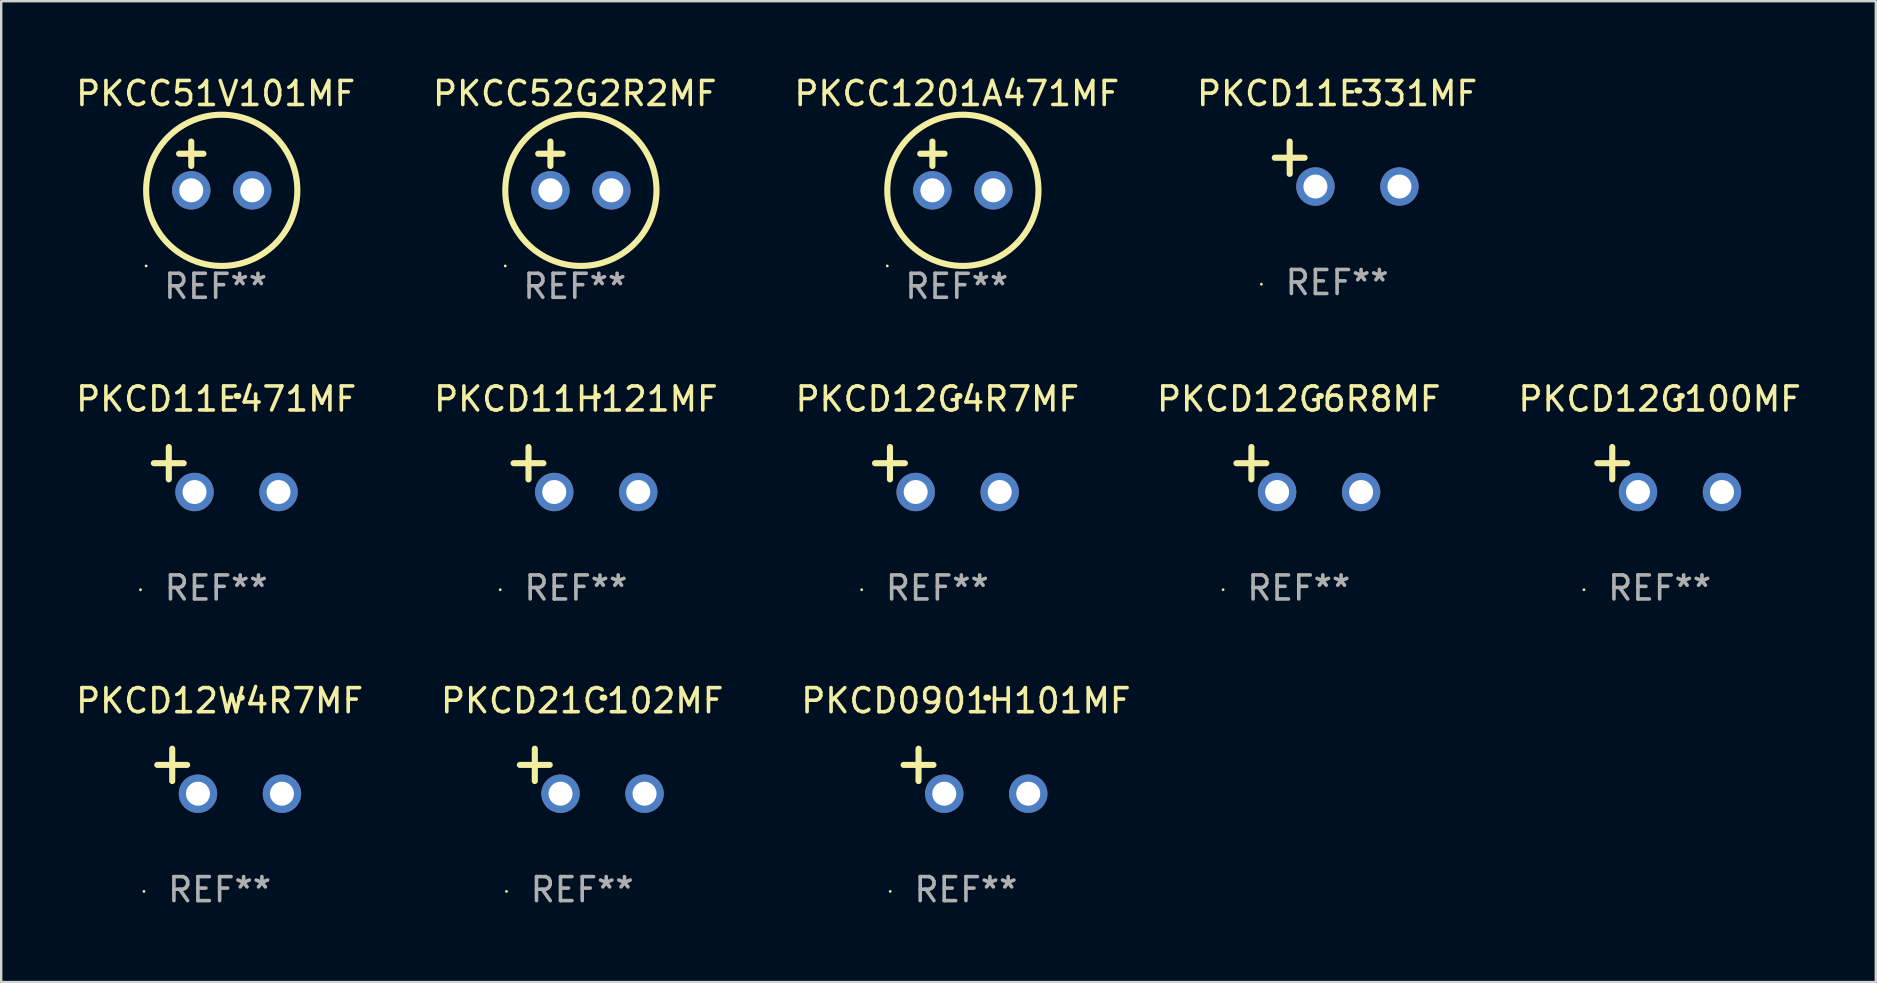
<source format=kicad_pcb>
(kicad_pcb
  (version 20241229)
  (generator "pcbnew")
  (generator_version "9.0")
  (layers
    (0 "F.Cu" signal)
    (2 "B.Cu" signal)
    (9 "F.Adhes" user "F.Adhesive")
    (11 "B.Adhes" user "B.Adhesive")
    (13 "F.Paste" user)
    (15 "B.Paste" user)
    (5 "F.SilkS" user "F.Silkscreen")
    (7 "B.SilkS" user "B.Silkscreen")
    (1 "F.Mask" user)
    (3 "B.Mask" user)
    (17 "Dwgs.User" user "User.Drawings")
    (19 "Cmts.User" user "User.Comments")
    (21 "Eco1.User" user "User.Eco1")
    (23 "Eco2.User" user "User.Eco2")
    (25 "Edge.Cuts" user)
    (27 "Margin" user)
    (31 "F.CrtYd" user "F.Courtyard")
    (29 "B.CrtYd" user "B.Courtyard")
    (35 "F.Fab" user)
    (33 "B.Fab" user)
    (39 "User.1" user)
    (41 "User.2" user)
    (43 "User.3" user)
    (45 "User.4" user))
  (footprint "PKCD21C102MF"
    (layer "F.Cu")
    (at 21.208 29.083)
    (property "Reference" "PKCD21C102MF" (at 0 -2.937 0) (layer "F.SilkS") (effects (font (size 1 1) (thickness 0.15))))
    (attr through_hole)
    (fp_line (start -1.975 0.41) (end -1.975 -0.937) (stroke (width 0.254) (type solid)) (layer "F.SilkS"))
    (fp_line (start -1.353 -0.263) (end -2.597 -0.263) (stroke (width 0.254) (type solid)) (layer "F.SilkS"))
    (fp_arc (start 0.849809 -3.063957) (mid 0.885369 -3.064114) (end 0.920929 -3.063957) (stroke (width 0.254001) (type solid)) (layer "F.SilkS"))
    (fp_circle (center -3.154 5.008) (end -3.124 5.008) (stroke (width 0.06) (type solid)) (fill no) (layer "F.SilkS"))
    (fp_text user "REF**" (at 0 4.937 0) (layer "F.Fab") (effects (font (size 1 1) (thickness 0.15))))
    (pad "1" thru_hole circle (at -0.903 0.937) (size 1.6 1.6) (drill 1) (layers "*.Cu" "*.Mask"))
    (pad "2" thru_hole circle (at 2.597 0.937) (size 1.6 1.6) (drill 1) (layers "*.Cu" "*.Mask")))
  (footprint "PKCD0901H101MF"
    (layer "F.Cu")
    (at 37.196 29.083)
    (property "Reference" "PKCD0901H101MF" (at 0 -2.937 0) (layer "F.SilkS") (effects (font (size 1 1) (thickness 0.15))))
    (attr through_hole)
    (fp_line (start -1.975 0.41) (end -1.975 -0.937) (stroke (width 0.254) (type solid)) (layer "F.SilkS"))
    (fp_line (start -1.353 -0.263) (end -2.597 -0.263) (stroke (width 0.254) (type solid)) (layer "F.SilkS"))
    (fp_arc (start 0.849809 -3.063957) (mid 0.885369 -3.064114) (end 0.920929 -3.063957) (stroke (width 0.254001) (type solid)) (layer "F.SilkS"))
    (fp_circle (center -3.154 5.008) (end -3.124 5.008) (stroke (width 0.06) (type solid)) (fill no) (layer "F.SilkS"))
    (fp_text user "REF**" (at 0 4.937 0) (layer "F.Fab") (effects (font (size 1 1) (thickness 0.15))))
    (pad "1" thru_hole circle (at -0.903 0.937) (size 1.6 1.6) (drill 1) (layers "*.Cu" "*.Mask"))
    (pad "2" thru_hole circle (at 2.597 0.937) (size 1.6 1.6) (drill 1) (layers "*.Cu" "*.Mask")))
  (footprint "PKCC52G2R2MF"
    (layer "F.Cu")
    (at 20.899 3.864)
    (property "Reference" "PKCC52G2R2MF" (at 0 -3.016 0) (layer "F.SilkS") (effects (font (size 1 1) (thickness 0.15))))
    (attr through_hole)
    (fp_line (start -1.524 -0.508) (end -0.508 -0.508) (stroke (width 0.254) (type solid)) (layer "F.SilkS"))
    (fp_line (start -1.016 -1.016) (end -1.016 0) (stroke (width 0.254) (type solid)) (layer "F.SilkS"))
    (fp_circle (center -2.896 4.166) (end -2.866 4.166) (stroke (width 0.06) (type solid)) (fill no) (layer "F.SilkS"))
    (fp_circle (center 0.254 1.016) (end 3.404 1.016) (stroke (width 0.254) (type solid)) (fill no) (layer "F.SilkS"))
    (fp_text user "REF**" (at 0 5.016 0) (layer "F.Fab") (effects (font (size 1 1) (thickness 0.15))))
    (pad "1" thru_hole circle (at -1.016 1.016) (size 1.6 1.6) (drill 1) (layers "*.Cu" "*.Mask"))
    (pad "2" thru_hole circle (at 1.524 1.016) (size 1.6 1.6) (drill 1) (layers "*.Cu" "*.Mask")))
  (footprint "PKCD12G100MF"
    (layer "F.Cu")
    (at 66.101 16.513)
    (property "Reference" "PKCD12G100MF" (at 0 -2.937 0) (layer "F.SilkS") (effects (font (size 1 1) (thickness 0.15))))
    (attr through_hole)
    (fp_line (start -1.975 0.41) (end -1.975 -0.937) (stroke (width 0.254) (type solid)) (layer "F.SilkS"))
    (fp_line (start -1.353 -0.263) (end -2.597 -0.263) (stroke (width 0.254) (type solid)) (layer "F.SilkS"))
    (fp_arc (start 0.849809 -3.063957) (mid 0.885369 -3.064114) (end 0.920929 -3.063957) (stroke (width 0.254001) (type solid)) (layer "F.SilkS"))
    (fp_circle (center -3.154 5.008) (end -3.124 5.008) (stroke (width 0.06) (type solid)) (fill no) (layer "F.SilkS"))
    (fp_text user "REF**" (at 0 4.937 0) (layer "F.Fab") (effects (font (size 1 1) (thickness 0.15))))
    (pad "1" thru_hole circle (at -0.903 0.937) (size 1.6 1.6) (drill 1) (layers "*.Cu" "*.Mask"))
    (pad "2" thru_hole circle (at 2.597 0.937) (size 1.6 1.6) (drill 1) (layers "*.Cu" "*.Mask")))
  (footprint "PKCD11E471MF"
    (layer "F.Cu")
    (at 5.958 16.513)
    (property "Reference" "PKCD11E471MF" (at 0 -2.937 0) (layer "F.SilkS") (effects (font (size 1 1) (thickness 0.15))))
    (attr through_hole)
    (fp_line (start -1.975 0.41) (end -1.975 -0.937) (stroke (width 0.254) (type solid)) (layer "F.SilkS"))
    (fp_line (start -1.353 -0.263) (end -2.597 -0.263) (stroke (width 0.254) (type solid)) (layer "F.SilkS"))
    (fp_arc (start 0.849809 -3.063957) (mid 0.885369 -3.064114) (end 0.920929 -3.063957) (stroke (width 0.254001) (type solid)) (layer "F.SilkS"))
    (fp_circle (center -3.154 5.008) (end -3.124 5.008) (stroke (width 0.06) (type solid)) (fill no) (layer "F.SilkS"))
    (fp_text user "REF**" (at 0 4.937 0) (layer "F.Fab") (effects (font (size 1 1) (thickness 0.15))))
    (pad "1" thru_hole circle (at -0.903 0.937) (size 1.6 1.6) (drill 1) (layers "*.Cu" "*.Mask"))
    (pad "2" thru_hole circle (at 2.597 0.937) (size 1.6 1.6) (drill 1) (layers "*.Cu" "*.Mask")))
  (footprint "PKCC51V101MF"
    (layer "F.Cu")
    (at 5.935 3.864)
    (property "Reference" "PKCC51V101MF" (at 0 -3.016 0) (layer "F.SilkS") (effects (font (size 1 1) (thickness 0.15))))
    (attr through_hole)
    (fp_line (start -1.524 -0.508) (end -0.508 -0.508) (stroke (width 0.254) (type solid)) (layer "F.SilkS"))
    (fp_line (start -1.016 -1.016) (end -1.016 0) (stroke (width 0.254) (type solid)) (layer "F.SilkS"))
    (fp_circle (center -2.896 4.166) (end -2.866 4.166) (stroke (width 0.06) (type solid)) (fill no) (layer "F.SilkS"))
    (fp_circle (center 0.254 1.016) (end 3.404 1.016) (stroke (width 0.254) (type solid)) (fill no) (layer "F.SilkS"))
    (fp_text user "REF**" (at 0 5.016 0) (layer "F.Fab") (effects (font (size 1 1) (thickness 0.15))))
    (pad "1" thru_hole circle (at -1.016 1.016) (size 1.6 1.6) (drill 1) (layers "*.Cu" "*.Mask"))
    (pad "2" thru_hole circle (at 1.524 1.016) (size 1.6 1.6) (drill 1) (layers "*.Cu" "*.Mask")))
  (footprint "PKCD12G4R7MF"
    (layer "F.Cu")
    (at 36.006 16.513)
    (property "Reference" "PKCD12G4R7MF" (at 0 -2.937 0) (layer "F.SilkS") (effects (font (size 1 1) (thickness 0.15))))
    (attr through_hole)
    (fp_line (start -1.975 0.41) (end -1.975 -0.937) (stroke (width 0.254) (type solid)) (layer "F.SilkS"))
    (fp_line (start -1.353 -0.263) (end -2.597 -0.263) (stroke (width 0.254) (type solid)) (layer "F.SilkS"))
    (fp_arc (start 0.849809 -3.063957) (mid 0.885369 -3.064114) (end 0.920929 -3.063957) (stroke (width 0.254001) (type solid)) (layer "F.SilkS"))
    (fp_circle (center -3.154 5.008) (end -3.124 5.008) (stroke (width 0.06) (type solid)) (fill no) (layer "F.SilkS"))
    (fp_text user "REF**" (at 0 4.937 0) (layer "F.Fab") (effects (font (size 1 1) (thickness 0.15))))
    (pad "1" thru_hole circle (at -0.903 0.937) (size 1.6 1.6) (drill 1) (layers "*.Cu" "*.Mask"))
    (pad "2" thru_hole circle (at 2.597 0.937) (size 1.6 1.6) (drill 1) (layers "*.Cu" "*.Mask")))
  (footprint "PKCD11H121MF"
    (layer "F.Cu")
    (at 20.946 16.513)
    (property "Reference" "PKCD11H121MF" (at 0 -2.937 0) (layer "F.SilkS") (effects (font (size 1 1) (thickness 0.15))))
    (attr through_hole)
    (fp_line (start -1.975 0.41) (end -1.975 -0.937) (stroke (width 0.254) (type solid)) (layer "F.SilkS"))
    (fp_line (start -1.353 -0.263) (end -2.597 -0.263) (stroke (width 0.254) (type solid)) (layer "F.SilkS"))
    (fp_arc (start 0.849809 -3.063957) (mid 0.885369 -3.064114) (end 0.920929 -3.063957) (stroke (width 0.254001) (type solid)) (layer "F.SilkS"))
    (fp_circle (center -3.154 5.008) (end -3.124 5.008) (stroke (width 0.06) (type solid)) (fill no) (layer "F.SilkS"))
    (fp_text user "REF**" (at 0 4.937 0) (layer "F.Fab") (effects (font (size 1 1) (thickness 0.15))))
    (pad "1" thru_hole circle (at -0.903 0.937) (size 1.6 1.6) (drill 1) (layers "*.Cu" "*.Mask"))
    (pad "2" thru_hole circle (at 2.597 0.937) (size 1.6 1.6) (drill 1) (layers "*.Cu" "*.Mask")))
  (footprint "PKCD11E331MF"
    (layer "F.Cu")
    (at 52.661 3.785)
    (property "Reference" "PKCD11E331MF" (at 0 -2.937 0) (layer "F.SilkS") (effects (font (size 1 1) (thickness 0.15))))
    (attr through_hole)
    (fp_line (start -1.975 0.41) (end -1.975 -0.937) (stroke (width 0.254) (type solid)) (layer "F.SilkS"))
    (fp_line (start -1.353 -0.263) (end -2.597 -0.263) (stroke (width 0.254) (type solid)) (layer "F.SilkS"))
    (fp_arc (start 0.849809 -3.063957) (mid 0.885369 -3.064114) (end 0.920929 -3.063957) (stroke (width 0.254001) (type solid)) (layer "F.SilkS"))
    (fp_circle (center -3.154 5.008) (end -3.124 5.008) (stroke (width 0.06) (type solid)) (fill no) (layer "F.SilkS"))
    (fp_text user "REF**" (at 0 4.937 0) (layer "F.Fab") (effects (font (size 1 1) (thickness 0.15))))
    (pad "1" thru_hole circle (at -0.903 0.937) (size 1.6 1.6) (drill 1) (layers "*.Cu" "*.Mask"))
    (pad "2" thru_hole circle (at 2.597 0.937) (size 1.6 1.6) (drill 1) (layers "*.Cu" "*.Mask")))
  (footprint "PKCC1201A471MF"
    (layer "F.Cu")
    (at 36.815 3.864)
    (property "Reference" "PKCC1201A471MF" (at 0 -3.016 0) (layer "F.SilkS") (effects (font (size 1 1) (thickness 0.15))))
    (attr through_hole)
    (fp_line (start -1.524 -0.508) (end -0.508 -0.508) (stroke (width 0.254) (type solid)) (layer "F.SilkS"))
    (fp_line (start -1.016 -1.016) (end -1.016 0) (stroke (width 0.254) (type solid)) (layer "F.SilkS"))
    (fp_circle (center -2.896 4.166) (end -2.866 4.166) (stroke (width 0.06) (type solid)) (fill no) (layer "F.SilkS"))
    (fp_circle (center 0.254 1.016) (end 3.404 1.016) (stroke (width 0.254) (type solid)) (fill no) (layer "F.SilkS"))
    (fp_text user "REF**" (at 0 5.016 0) (layer "F.Fab") (effects (font (size 1 1) (thickness 0.15))))
    (pad "1" thru_hole circle (at -1.016 1.016) (size 1.6 1.6) (drill 1) (layers "*.Cu" "*.Mask"))
    (pad "2" thru_hole circle (at 1.524 1.016) (size 1.6 1.6) (drill 1) (layers "*.Cu" "*.Mask")))
  (footprint "PKCD12G6R8MF"
    (layer "F.Cu")
    (at 51.065 16.513)
    (property "Reference" "PKCD12G6R8MF" (at 0 -2.937 0) (layer "F.SilkS") (effects (font (size 1 1) (thickness 0.15))))
    (attr through_hole)
    (fp_line (start -1.975 0.41) (end -1.975 -0.937) (stroke (width 0.254) (type solid)) (layer "F.SilkS"))
    (fp_line (start -1.353 -0.263) (end -2.597 -0.263) (stroke (width 0.254) (type solid)) (layer "F.SilkS"))
    (fp_arc (start 0.849809 -3.063957) (mid 0.885369 -3.064114) (end 0.920929 -3.063957) (stroke (width 0.254001) (type solid)) (layer "F.SilkS"))
    (fp_circle (center -3.154 5.008) (end -3.124 5.008) (stroke (width 0.06) (type solid)) (fill no) (layer "F.SilkS"))
    (fp_text user "REF**" (at 0 4.937 0) (layer "F.Fab") (effects (font (size 1 1) (thickness 0.15))))
    (pad "1" thru_hole circle (at -0.903 0.937) (size 1.6 1.6) (drill 1) (layers "*.Cu" "*.Mask"))
    (pad "2" thru_hole circle (at 2.597 0.937) (size 1.6 1.6) (drill 1) (layers "*.Cu" "*.Mask")))
  (footprint "PKCD12W4R7MF"
    (layer "F.Cu")
    (at 6.101 29.083)
    (property "Reference" "PKCD12W4R7MF" (at 0 -2.937 0) (layer "F.SilkS") (effects (font (size 1 1) (thickness 0.15))))
    (attr through_hole)
    (fp_line (start -1.975 0.41) (end -1.975 -0.937) (stroke (width 0.254) (type solid)) (layer "F.SilkS"))
    (fp_line (start -1.353 -0.263) (end -2.597 -0.263) (stroke (width 0.254) (type solid)) (layer "F.SilkS"))
    (fp_arc (start 0.849809 -3.063957) (mid 0.885369 -3.064114) (end 0.920929 -3.063957) (stroke (width 0.254001) (type solid)) (layer "F.SilkS"))
    (fp_circle (center -3.154 5.008) (end -3.124 5.008) (stroke (width 0.06) (type solid)) (fill no) (layer "F.SilkS"))
    (fp_text user "REF**" (at 0 4.937 0) (layer "F.Fab") (effects (font (size 1 1) (thickness 0.15))))
    (pad "1" thru_hole circle (at -0.903 0.937) (size 1.6 1.6) (drill 1) (layers "*.Cu" "*.Mask"))
    (pad "2" thru_hole circle (at 2.597 0.937) (size 1.6 1.6) (drill 1) (layers "*.Cu" "*.Mask")))
  (gr_rect
    (start -3 -3)
    (end 75.107 37.868)
    (stroke (width 0.1) (type default))
    (fill no)
    (layer "Edge.Cuts")))
</source>
